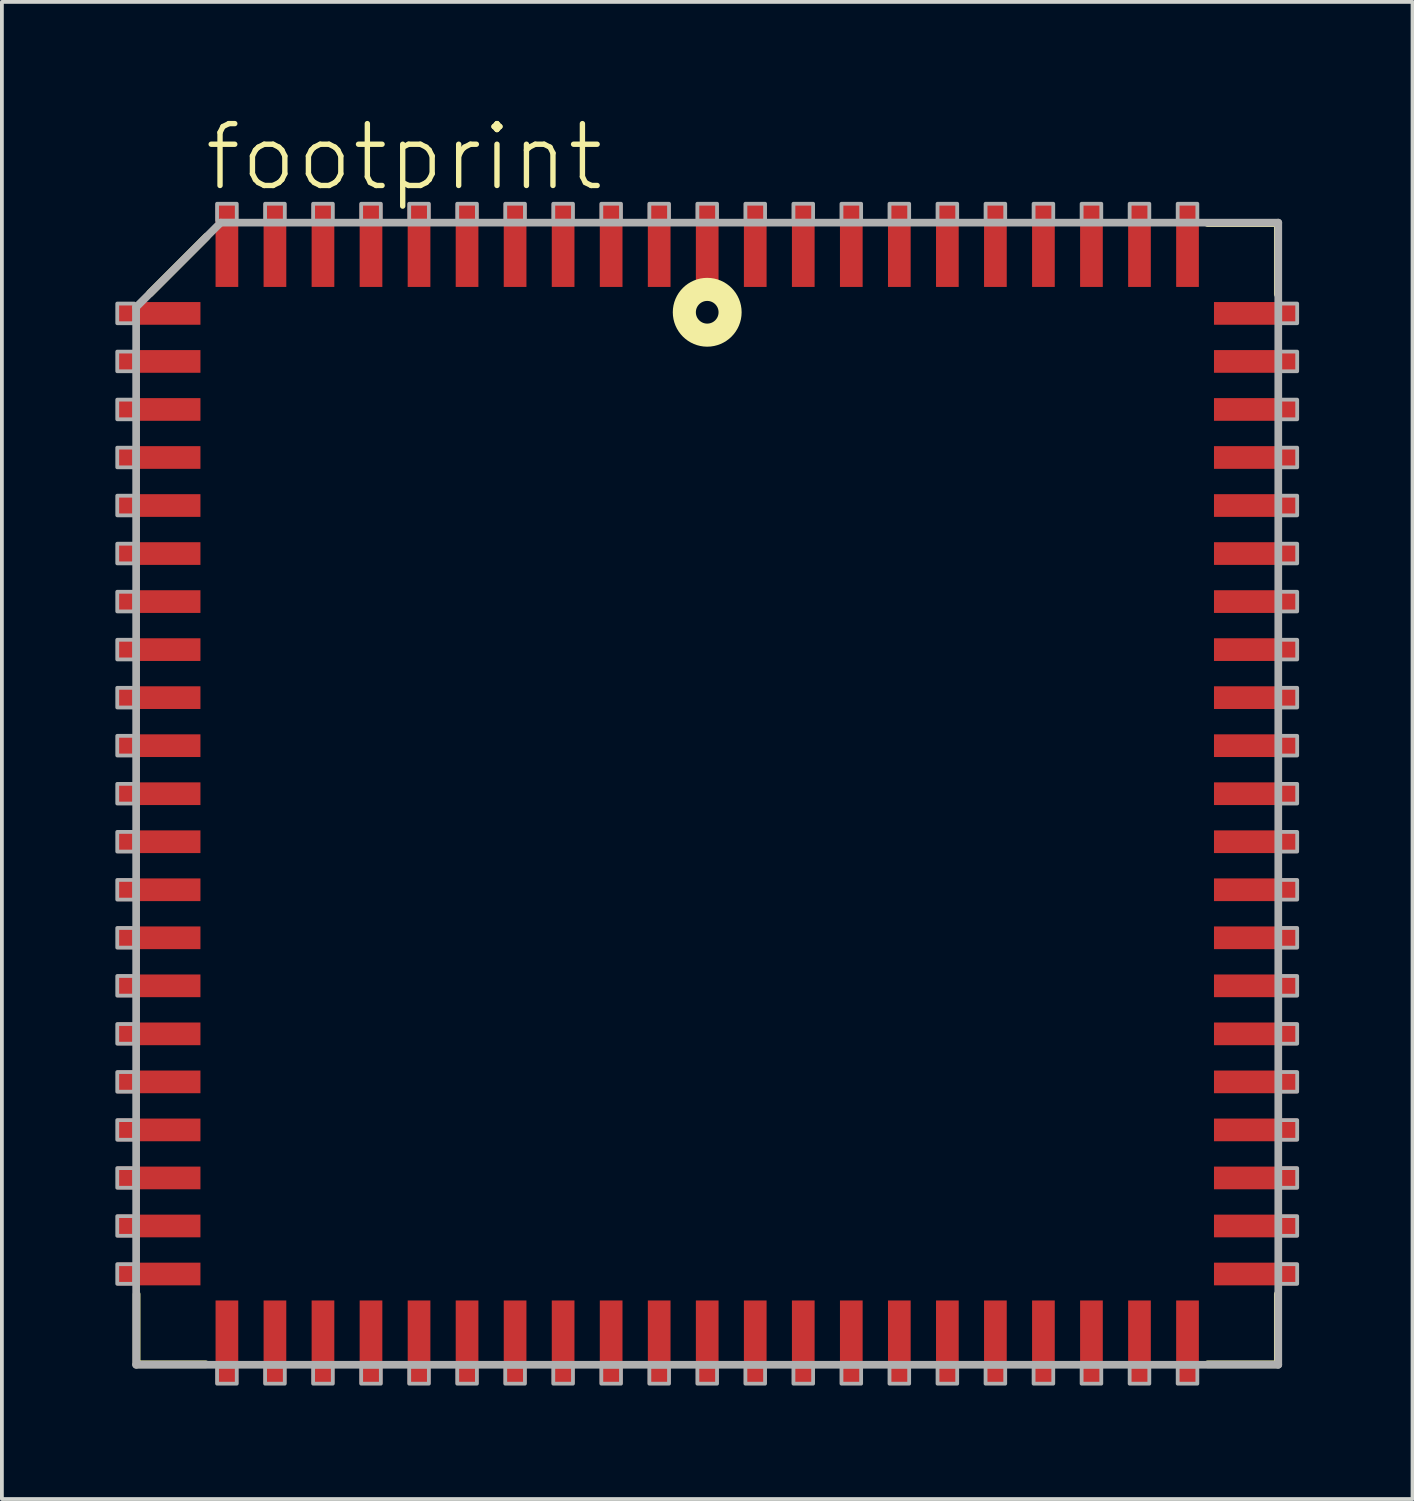
<source format=kicad_pcb>
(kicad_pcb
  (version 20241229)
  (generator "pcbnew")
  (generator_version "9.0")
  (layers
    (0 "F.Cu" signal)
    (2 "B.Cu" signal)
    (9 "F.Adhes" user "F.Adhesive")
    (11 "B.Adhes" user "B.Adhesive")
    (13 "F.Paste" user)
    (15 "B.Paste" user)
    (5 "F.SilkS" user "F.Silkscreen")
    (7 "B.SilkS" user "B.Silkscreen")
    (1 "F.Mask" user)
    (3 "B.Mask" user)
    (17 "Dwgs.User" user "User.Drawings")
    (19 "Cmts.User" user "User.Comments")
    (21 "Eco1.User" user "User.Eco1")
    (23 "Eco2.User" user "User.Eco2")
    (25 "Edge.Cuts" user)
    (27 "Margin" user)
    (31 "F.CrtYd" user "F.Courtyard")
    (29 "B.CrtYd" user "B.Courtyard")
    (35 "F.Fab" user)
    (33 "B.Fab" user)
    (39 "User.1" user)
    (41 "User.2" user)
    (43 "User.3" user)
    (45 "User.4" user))
  (footprint "footprint"
    (layer "F.Cu")
    (at 15.65 17.937)
    (property "Reference" "footprint" (at -13.365 -15.875 0) (layer "F.SilkS") (effects (font (size 1.636 1.636) (thickness 0.142)) (justify left bottom)))
    (fp_line (start -15.088 13.233) (end -15.088 15.088) (stroke (width 0.203) (type solid)) (layer "F.SilkS"))
    (fp_line (start -15.088 15.088) (end -13.259 15.088) (stroke (width 0.203) (type solid)) (layer "F.SilkS"))
    (fp_line (start -14.732 -13.233) (end -13.233 -14.732) (stroke (width 0.203) (type solid)) (layer "F.SilkS"))
    (fp_line (start 15.088 -15.088) (end 13.233 -15.088) (stroke (width 0.203) (type solid)) (layer "F.SilkS"))
    (fp_line (start 15.088 -13.208) (end 15.088 -15.088) (stroke (width 0.203) (type solid)) (layer "F.SilkS"))
    (fp_line (start 15.088 13.233) (end 15.088 15.088) (stroke (width 0.203) (type solid)) (layer "F.SilkS"))
    (fp_line (start 15.088 15.088) (end 13.233 15.088) (stroke (width 0.203) (type solid)) (layer "F.SilkS"))
    (fp_circle (center 0 -12.73) (end 0.3 -12.73) (stroke (width 0.61) (type solid)) (fill no) (layer "F.SilkS"))
    (fp_line (start -15.1 -12.865) (end -15.1 15.1) (stroke (width 0.203) (type solid)) (layer "F.Fab"))
    (fp_line (start -15.1 15.1) (end 15.1 15.1) (stroke (width 0.203) (type solid)) (layer "F.Fab"))
    (fp_line (start -12.865 -15.1) (end -15.1 -12.865) (stroke (width 0.203) (type solid)) (layer "F.Fab"))
    (fp_line (start 15.1 -15.1) (end -12.865 -15.1) (stroke (width 0.203) (type solid)) (layer "F.Fab"))
    (fp_line (start 15.1 15.1) (end 15.1 -15.1) (stroke (width 0.203) (type solid)) (layer "F.Fab"))
    (fp_poly (pts (xy -15.6 -12.44) (xy -15.15 -12.44) (xy -15.15 -12.96) (xy -15.6 -12.96)) (stroke (width 0.1) (type solid)) (fill no) (layer "F.Fab"))
    (fp_poly (pts (xy -15.6 -11.17) (xy -15.15 -11.17) (xy -15.15 -11.69) (xy -15.6 -11.69)) (stroke (width 0.1) (type solid)) (fill no) (layer "F.Fab"))
    (fp_poly (pts (xy -15.6 -9.9) (xy -15.15 -9.9) (xy -15.15 -10.42) (xy -15.6 -10.42)) (stroke (width 0.1) (type solid)) (fill no) (layer "F.Fab"))
    (fp_poly (pts (xy -15.6 -8.63) (xy -15.15 -8.63) (xy -15.15 -9.15) (xy -15.6 -9.15)) (stroke (width 0.1) (type solid)) (fill no) (layer "F.Fab"))
    (fp_poly (pts (xy -15.6 -7.36) (xy -15.15 -7.36) (xy -15.15 -7.88) (xy -15.6 -7.88)) (stroke (width 0.1) (type solid)) (fill no) (layer "F.Fab"))
    (fp_poly (pts (xy -15.6 -6.09) (xy -15.15 -6.09) (xy -15.15 -6.61) (xy -15.6 -6.61)) (stroke (width 0.1) (type solid)) (fill no) (layer "F.Fab"))
    (fp_poly (pts (xy -15.6 -4.82) (xy -15.15 -4.82) (xy -15.15 -5.34) (xy -15.6 -5.34)) (stroke (width 0.1) (type solid)) (fill no) (layer "F.Fab"))
    (fp_poly (pts (xy -15.6 -3.55) (xy -15.15 -3.55) (xy -15.15 -4.07) (xy -15.6 -4.07)) (stroke (width 0.1) (type solid)) (fill no) (layer "F.Fab"))
    (fp_poly (pts (xy -15.6 -2.28) (xy -15.15 -2.28) (xy -15.15 -2.8) (xy -15.6 -2.8)) (stroke (width 0.1) (type solid)) (fill no) (layer "F.Fab"))
    (fp_poly (pts (xy -15.6 -1.01) (xy -15.15 -1.01) (xy -15.15 -1.53) (xy -15.6 -1.53)) (stroke (width 0.1) (type solid)) (fill no) (layer "F.Fab"))
    (fp_poly (pts (xy -15.6 0.26) (xy -15.15 0.26) (xy -15.15 -0.26) (xy -15.6 -0.26)) (stroke (width 0.1) (type solid)) (fill no) (layer "F.Fab"))
    (fp_poly (pts (xy -15.6 1.53) (xy -15.15 1.53) (xy -15.15 1.01) (xy -15.6 1.01)) (stroke (width 0.1) (type solid)) (fill no) (layer "F.Fab"))
    (fp_poly (pts (xy -15.6 2.8) (xy -15.15 2.8) (xy -15.15 2.28) (xy -15.6 2.28)) (stroke (width 0.1) (type solid)) (fill no) (layer "F.Fab"))
    (fp_poly (pts (xy -15.6 4.07) (xy -15.15 4.07) (xy -15.15 3.55) (xy -15.6 3.55)) (stroke (width 0.1) (type solid)) (fill no) (layer "F.Fab"))
    (fp_poly (pts (xy -15.6 5.34) (xy -15.15 5.34) (xy -15.15 4.82) (xy -15.6 4.82)) (stroke (width 0.1) (type solid)) (fill no) (layer "F.Fab"))
    (fp_poly (pts (xy -15.6 6.61) (xy -15.15 6.61) (xy -15.15 6.09) (xy -15.6 6.09)) (stroke (width 0.1) (type solid)) (fill no) (layer "F.Fab"))
    (fp_poly (pts (xy -15.6 7.88) (xy -15.15 7.88) (xy -15.15 7.36) (xy -15.6 7.36)) (stroke (width 0.1) (type solid)) (fill no) (layer "F.Fab"))
    (fp_poly (pts (xy -15.6 9.15) (xy -15.15 9.15) (xy -15.15 8.63) (xy -15.6 8.63)) (stroke (width 0.1) (type solid)) (fill no) (layer "F.Fab"))
    (fp_poly (pts (xy -15.6 10.42) (xy -15.15 10.42) (xy -15.15 9.9) (xy -15.6 9.9)) (stroke (width 0.1) (type solid)) (fill no) (layer "F.Fab"))
    (fp_poly (pts (xy -15.6 11.69) (xy -15.15 11.69) (xy -15.15 11.17) (xy -15.6 11.17)) (stroke (width 0.1) (type solid)) (fill no) (layer "F.Fab"))
    (fp_poly (pts (xy -15.6 12.96) (xy -15.15 12.96) (xy -15.15 12.44) (xy -15.6 12.44)) (stroke (width 0.1) (type solid)) (fill no) (layer "F.Fab"))
    (fp_poly (pts (xy -12.96 -15.15) (xy -12.44 -15.15) (xy -12.44 -15.6) (xy -12.96 -15.6)) (stroke (width 0.1) (type solid)) (fill no) (layer "F.Fab"))
    (fp_poly (pts (xy -12.96 15.6) (xy -12.44 15.6) (xy -12.44 15.15) (xy -12.96 15.15)) (stroke (width 0.1) (type solid)) (fill no) (layer "F.Fab"))
    (fp_poly (pts (xy -11.69 -15.15) (xy -11.17 -15.15) (xy -11.17 -15.6) (xy -11.69 -15.6)) (stroke (width 0.1) (type solid)) (fill no) (layer "F.Fab"))
    (fp_poly (pts (xy -11.69 15.6) (xy -11.17 15.6) (xy -11.17 15.15) (xy -11.69 15.15)) (stroke (width 0.1) (type solid)) (fill no) (layer "F.Fab"))
    (fp_poly (pts (xy -10.42 -15.15) (xy -9.9 -15.15) (xy -9.9 -15.6) (xy -10.42 -15.6)) (stroke (width 0.1) (type solid)) (fill no) (layer "F.Fab"))
    (fp_poly (pts (xy -10.42 15.6) (xy -9.9 15.6) (xy -9.9 15.15) (xy -10.42 15.15)) (stroke (width 0.1) (type solid)) (fill no) (layer "F.Fab"))
    (fp_poly (pts (xy -9.15 -15.15) (xy -8.63 -15.15) (xy -8.63 -15.6) (xy -9.15 -15.6)) (stroke (width 0.1) (type solid)) (fill no) (layer "F.Fab"))
    (fp_poly (pts (xy -9.15 15.6) (xy -8.63 15.6) (xy -8.63 15.15) (xy -9.15 15.15)) (stroke (width 0.1) (type solid)) (fill no) (layer "F.Fab"))
    (fp_poly (pts (xy -7.88 -15.15) (xy -7.36 -15.15) (xy -7.36 -15.6) (xy -7.88 -15.6)) (stroke (width 0.1) (type solid)) (fill no) (layer "F.Fab"))
    (fp_poly (pts (xy -7.88 15.6) (xy -7.36 15.6) (xy -7.36 15.15) (xy -7.88 15.15)) (stroke (width 0.1) (type solid)) (fill no) (layer "F.Fab"))
    (fp_poly (pts (xy -6.61 -15.15) (xy -6.09 -15.15) (xy -6.09 -15.6) (xy -6.61 -15.6)) (stroke (width 0.1) (type solid)) (fill no) (layer "F.Fab"))
    (fp_poly (pts (xy -6.61 15.6) (xy -6.09 15.6) (xy -6.09 15.15) (xy -6.61 15.15)) (stroke (width 0.1) (type solid)) (fill no) (layer "F.Fab"))
    (fp_poly (pts (xy -5.34 -15.15) (xy -4.82 -15.15) (xy -4.82 -15.6) (xy -5.34 -15.6)) (stroke (width 0.1) (type solid)) (fill no) (layer "F.Fab"))
    (fp_poly (pts (xy -5.34 15.6) (xy -4.82 15.6) (xy -4.82 15.15) (xy -5.34 15.15)) (stroke (width 0.1) (type solid)) (fill no) (layer "F.Fab"))
    (fp_poly (pts (xy -4.07 -15.15) (xy -3.55 -15.15) (xy -3.55 -15.6) (xy -4.07 -15.6)) (stroke (width 0.1) (type solid)) (fill no) (layer "F.Fab"))
    (fp_poly (pts (xy -4.07 15.6) (xy -3.55 15.6) (xy -3.55 15.15) (xy -4.07 15.15)) (stroke (width 0.1) (type solid)) (fill no) (layer "F.Fab"))
    (fp_poly (pts (xy -2.8 -15.15) (xy -2.28 -15.15) (xy -2.28 -15.6) (xy -2.8 -15.6)) (stroke (width 0.1) (type solid)) (fill no) (layer "F.Fab"))
    (fp_poly (pts (xy -2.8 15.6) (xy -2.28 15.6) (xy -2.28 15.15) (xy -2.8 15.15)) (stroke (width 0.1) (type solid)) (fill no) (layer "F.Fab"))
    (fp_poly (pts (xy -1.53 -15.15) (xy -1.01 -15.15) (xy -1.01 -15.6) (xy -1.53 -15.6)) (stroke (width 0.1) (type solid)) (fill no) (layer "F.Fab"))
    (fp_poly (pts (xy -1.53 15.6) (xy -1.01 15.6) (xy -1.01 15.15) (xy -1.53 15.15)) (stroke (width 0.1) (type solid)) (fill no) (layer "F.Fab"))
    (fp_poly (pts (xy -0.26 -15.15) (xy 0.26 -15.15) (xy 0.26 -15.6) (xy -0.26 -15.6)) (stroke (width 0.1) (type solid)) (fill no) (layer "F.Fab"))
    (fp_poly (pts (xy -0.26 15.6) (xy 0.26 15.6) (xy 0.26 15.15) (xy -0.26 15.15)) (stroke (width 0.1) (type solid)) (fill no) (layer "F.Fab"))
    (fp_poly (pts (xy 1.01 -15.15) (xy 1.53 -15.15) (xy 1.53 -15.6) (xy 1.01 -15.6)) (stroke (width 0.1) (type solid)) (fill no) (layer "F.Fab"))
    (fp_poly (pts (xy 1.01 15.6) (xy 1.53 15.6) (xy 1.53 15.15) (xy 1.01 15.15)) (stroke (width 0.1) (type solid)) (fill no) (layer "F.Fab"))
    (fp_poly (pts (xy 2.28 -15.15) (xy 2.8 -15.15) (xy 2.8 -15.6) (xy 2.28 -15.6)) (stroke (width 0.1) (type solid)) (fill no) (layer "F.Fab"))
    (fp_poly (pts (xy 2.28 15.6) (xy 2.8 15.6) (xy 2.8 15.15) (xy 2.28 15.15)) (stroke (width 0.1) (type solid)) (fill no) (layer "F.Fab"))
    (fp_poly (pts (xy 3.55 -15.15) (xy 4.07 -15.15) (xy 4.07 -15.6) (xy 3.55 -15.6)) (stroke (width 0.1) (type solid)) (fill no) (layer "F.Fab"))
    (fp_poly (pts (xy 3.55 15.6) (xy 4.07 15.6) (xy 4.07 15.15) (xy 3.55 15.15)) (stroke (width 0.1) (type solid)) (fill no) (layer "F.Fab"))
    (fp_poly (pts (xy 4.82 -15.15) (xy 5.34 -15.15) (xy 5.34 -15.6) (xy 4.82 -15.6)) (stroke (width 0.1) (type solid)) (fill no) (layer "F.Fab"))
    (fp_poly (pts (xy 4.82 15.6) (xy 5.34 15.6) (xy 5.34 15.15) (xy 4.82 15.15)) (stroke (width 0.1) (type solid)) (fill no) (layer "F.Fab"))
    (fp_poly (pts (xy 6.09 -15.15) (xy 6.61 -15.15) (xy 6.61 -15.6) (xy 6.09 -15.6)) (stroke (width 0.1) (type solid)) (fill no) (layer "F.Fab"))
    (fp_poly (pts (xy 6.09 15.6) (xy 6.61 15.6) (xy 6.61 15.15) (xy 6.09 15.15)) (stroke (width 0.1) (type solid)) (fill no) (layer "F.Fab"))
    (fp_poly (pts (xy 7.36 -15.15) (xy 7.88 -15.15) (xy 7.88 -15.6) (xy 7.36 -15.6)) (stroke (width 0.1) (type solid)) (fill no) (layer "F.Fab"))
    (fp_poly (pts (xy 7.36 15.6) (xy 7.88 15.6) (xy 7.88 15.15) (xy 7.36 15.15)) (stroke (width 0.1) (type solid)) (fill no) (layer "F.Fab"))
    (fp_poly (pts (xy 8.63 -15.15) (xy 9.15 -15.15) (xy 9.15 -15.6) (xy 8.63 -15.6)) (stroke (width 0.1) (type solid)) (fill no) (layer "F.Fab"))
    (fp_poly (pts (xy 8.63 15.6) (xy 9.15 15.6) (xy 9.15 15.15) (xy 8.63 15.15)) (stroke (width 0.1) (type solid)) (fill no) (layer "F.Fab"))
    (fp_poly (pts (xy 9.9 -15.15) (xy 10.42 -15.15) (xy 10.42 -15.6) (xy 9.9 -15.6)) (stroke (width 0.1) (type solid)) (fill no) (layer "F.Fab"))
    (fp_poly (pts (xy 9.9 15.6) (xy 10.42 15.6) (xy 10.42 15.15) (xy 9.9 15.15)) (stroke (width 0.1) (type solid)) (fill no) (layer "F.Fab"))
    (fp_poly (pts (xy 11.17 -15.15) (xy 11.69 -15.15) (xy 11.69 -15.6) (xy 11.17 -15.6)) (stroke (width 0.1) (type solid)) (fill no) (layer "F.Fab"))
    (fp_poly (pts (xy 11.17 15.6) (xy 11.69 15.6) (xy 11.69 15.15) (xy 11.17 15.15)) (stroke (width 0.1) (type solid)) (fill no) (layer "F.Fab"))
    (fp_poly (pts (xy 12.44 -15.15) (xy 12.96 -15.15) (xy 12.96 -15.6) (xy 12.44 -15.6)) (stroke (width 0.1) (type solid)) (fill no) (layer "F.Fab"))
    (fp_poly (pts (xy 12.44 15.6) (xy 12.96 15.6) (xy 12.96 15.15) (xy 12.44 15.15)) (stroke (width 0.1) (type solid)) (fill no) (layer "F.Fab"))
    (fp_poly (pts (xy 15.15 -12.44) (xy 15.6 -12.44) (xy 15.6 -12.96) (xy 15.15 -12.96)) (stroke (width 0.1) (type solid)) (fill no) (layer "F.Fab"))
    (fp_poly (pts (xy 15.15 -11.17) (xy 15.6 -11.17) (xy 15.6 -11.69) (xy 15.15 -11.69)) (stroke (width 0.1) (type solid)) (fill no) (layer "F.Fab"))
    (fp_poly (pts (xy 15.15 -9.9) (xy 15.6 -9.9) (xy 15.6 -10.42) (xy 15.15 -10.42)) (stroke (width 0.1) (type solid)) (fill no) (layer "F.Fab"))
    (fp_poly (pts (xy 15.15 -8.63) (xy 15.6 -8.63) (xy 15.6 -9.15) (xy 15.15 -9.15)) (stroke (width 0.1) (type solid)) (fill no) (layer "F.Fab"))
    (fp_poly (pts (xy 15.15 -7.36) (xy 15.6 -7.36) (xy 15.6 -7.88) (xy 15.15 -7.88)) (stroke (width 0.1) (type solid)) (fill no) (layer "F.Fab"))
    (fp_poly (pts (xy 15.15 -6.09) (xy 15.6 -6.09) (xy 15.6 -6.61) (xy 15.15 -6.61)) (stroke (width 0.1) (type solid)) (fill no) (layer "F.Fab"))
    (fp_poly (pts (xy 15.15 -4.82) (xy 15.6 -4.82) (xy 15.6 -5.34) (xy 15.15 -5.34)) (stroke (width 0.1) (type solid)) (fill no) (layer "F.Fab"))
    (fp_poly (pts (xy 15.15 -3.55) (xy 15.6 -3.55) (xy 15.6 -4.07) (xy 15.15 -4.07)) (stroke (width 0.1) (type solid)) (fill no) (layer "F.Fab"))
    (fp_poly (pts (xy 15.15 -2.28) (xy 15.6 -2.28) (xy 15.6 -2.8) (xy 15.15 -2.8)) (stroke (width 0.1) (type solid)) (fill no) (layer "F.Fab"))
    (fp_poly (pts (xy 15.15 -1.01) (xy 15.6 -1.01) (xy 15.6 -1.53) (xy 15.15 -1.53)) (stroke (width 0.1) (type solid)) (fill no) (layer "F.Fab"))
    (fp_poly (pts (xy 15.15 0.26) (xy 15.6 0.26) (xy 15.6 -0.26) (xy 15.15 -0.26)) (stroke (width 0.1) (type solid)) (fill no) (layer "F.Fab"))
    (fp_poly (pts (xy 15.15 1.53) (xy 15.6 1.53) (xy 15.6 1.01) (xy 15.15 1.01)) (stroke (width 0.1) (type solid)) (fill no) (layer "F.Fab"))
    (fp_poly (pts (xy 15.15 2.8) (xy 15.6 2.8) (xy 15.6 2.28) (xy 15.15 2.28)) (stroke (width 0.1) (type solid)) (fill no) (layer "F.Fab"))
    (fp_poly (pts (xy 15.15 4.07) (xy 15.6 4.07) (xy 15.6 3.55) (xy 15.15 3.55)) (stroke (width 0.1) (type solid)) (fill no) (layer "F.Fab"))
    (fp_poly (pts (xy 15.15 5.34) (xy 15.6 5.34) (xy 15.6 4.82) (xy 15.15 4.82)) (stroke (width 0.1) (type solid)) (fill no) (layer "F.Fab"))
    (fp_poly (pts (xy 15.15 6.61) (xy 15.6 6.61) (xy 15.6 6.09) (xy 15.15 6.09)) (stroke (width 0.1) (type solid)) (fill no) (layer "F.Fab"))
    (fp_poly (pts (xy 15.15 7.88) (xy 15.6 7.88) (xy 15.6 7.36) (xy 15.15 7.36)) (stroke (width 0.1) (type solid)) (fill no) (layer "F.Fab"))
    (fp_poly (pts (xy 15.15 9.15) (xy 15.6 9.15) (xy 15.6 8.63) (xy 15.15 8.63)) (stroke (width 0.1) (type solid)) (fill no) (layer "F.Fab"))
    (fp_poly (pts (xy 15.15 10.42) (xy 15.6 10.42) (xy 15.6 9.9) (xy 15.15 9.9)) (stroke (width 0.1) (type solid)) (fill no) (layer "F.Fab"))
    (fp_poly (pts (xy 15.15 11.69) (xy 15.6 11.69) (xy 15.6 11.17) (xy 15.15 11.17)) (stroke (width 0.1) (type solid)) (fill no) (layer "F.Fab"))
    (fp_poly (pts (xy 15.15 12.96) (xy 15.6 12.96) (xy 15.6 12.44) (xy 15.15 12.44)) (stroke (width 0.1) (type solid)) (fill no) (layer "F.Fab"))
    (pad "1" smd rect (at 0 -14.5) (size 0.6 2.2) (layers "F.Cu" "F.Mask" "F.Paste"))
    (pad "2" smd rect (at -1.27 -14.5) (size 0.6 2.2) (layers "F.Cu" "F.Mask" "F.Paste"))
    (pad "3" smd rect (at -2.54 -14.5) (size 0.6 2.2) (layers "F.Cu" "F.Mask" "F.Paste"))
    (pad "4" smd rect (at -3.81 -14.5) (size 0.6 2.2) (layers "F.Cu" "F.Mask" "F.Paste"))
    (pad "5" smd rect (at -5.08 -14.5) (size 0.6 2.2) (layers "F.Cu" "F.Mask" "F.Paste"))
    (pad "6" smd rect (at -6.35 -14.5) (size 0.6 2.2) (layers "F.Cu" "F.Mask" "F.Paste"))
    (pad "7" smd rect (at -7.62 -14.5) (size 0.6 2.2) (layers "F.Cu" "F.Mask" "F.Paste"))
    (pad "8" smd rect (at -8.89 -14.5) (size 0.6 2.2) (layers "F.Cu" "F.Mask" "F.Paste"))
    (pad "9" smd rect (at -10.16 -14.5) (size 0.6 2.2) (layers "F.Cu" "F.Mask" "F.Paste"))
    (pad "10" smd rect (at -11.43 -14.5) (size 0.6 2.2) (layers "F.Cu" "F.Mask" "F.Paste"))
    (pad "11" smd rect (at -12.7 -14.5) (size 0.6 2.2) (layers "F.Cu" "F.Mask" "F.Paste"))
    (pad "12" smd rect (at -14.5 -12.7) (size 2.2 0.6) (layers "F.Cu" "F.Mask" "F.Paste"))
    (pad "13" smd rect (at -14.5 -11.43) (size 2.2 0.6) (layers "F.Cu" "F.Mask" "F.Paste"))
    (pad "14" smd rect (at -14.5 -10.16) (size 2.2 0.6) (layers "F.Cu" "F.Mask" "F.Paste"))
    (pad "15" smd rect (at -14.5 -8.89) (size 2.2 0.6) (layers "F.Cu" "F.Mask" "F.Paste"))
    (pad "16" smd rect (at -14.5 -7.62) (size 2.2 0.6) (layers "F.Cu" "F.Mask" "F.Paste"))
    (pad "17" smd rect (at -14.5 -6.35) (size 2.2 0.6) (layers "F.Cu" "F.Mask" "F.Paste"))
    (pad "18" smd rect (at -14.5 -5.08) (size 2.2 0.6) (layers "F.Cu" "F.Mask" "F.Paste"))
    (pad "19" smd rect (at -14.5 -3.81) (size 2.2 0.6) (layers "F.Cu" "F.Mask" "F.Paste"))
    (pad "20" smd rect (at -14.5 -2.54) (size 2.2 0.6) (layers "F.Cu" "F.Mask" "F.Paste"))
    (pad "21" smd rect (at -14.5 -1.27) (size 2.2 0.6) (layers "F.Cu" "F.Mask" "F.Paste"))
    (pad "22" smd rect (at -14.5 0) (size 2.2 0.6) (layers "F.Cu" "F.Mask" "F.Paste"))
    (pad "23" smd rect (at -14.5 1.27) (size 2.2 0.6) (layers "F.Cu" "F.Mask" "F.Paste"))
    (pad "24" smd rect (at -14.5 2.54) (size 2.2 0.6) (layers "F.Cu" "F.Mask" "F.Paste"))
    (pad "25" smd rect (at -14.5 3.81) (size 2.2 0.6) (layers "F.Cu" "F.Mask" "F.Paste"))
    (pad "26" smd rect (at -14.5 5.08) (size 2.2 0.6) (layers "F.Cu" "F.Mask" "F.Paste"))
    (pad "27" smd rect (at -14.5 6.35) (size 2.2 0.6) (layers "F.Cu" "F.Mask" "F.Paste"))
    (pad "28" smd rect (at -14.5 7.62) (size 2.2 0.6) (layers "F.Cu" "F.Mask" "F.Paste"))
    (pad "29" smd rect (at -14.5 8.89) (size 2.2 0.6) (layers "F.Cu" "F.Mask" "F.Paste"))
    (pad "30" smd rect (at -14.5 10.16) (size 2.2 0.6) (layers "F.Cu" "F.Mask" "F.Paste"))
    (pad "31" smd rect (at -14.5 11.43) (size 2.2 0.6) (layers "F.Cu" "F.Mask" "F.Paste"))
    (pad "32" smd rect (at -14.5 12.7) (size 2.2 0.6) (layers "F.Cu" "F.Mask" "F.Paste"))
    (pad "33" smd rect (at -12.7 14.5) (size 0.6 2.2) (layers "F.Cu" "F.Mask" "F.Paste"))
    (pad "34" smd rect (at -11.43 14.5) (size 0.6 2.2) (layers "F.Cu" "F.Mask" "F.Paste"))
    (pad "35" smd rect (at -10.16 14.5) (size 0.6 2.2) (layers "F.Cu" "F.Mask" "F.Paste"))
    (pad "36" smd rect (at -8.89 14.5) (size 0.6 2.2) (layers "F.Cu" "F.Mask" "F.Paste"))
    (pad "37" smd rect (at -7.62 14.5) (size 0.6 2.2) (layers "F.Cu" "F.Mask" "F.Paste"))
    (pad "38" smd rect (at -6.35 14.5) (size 0.6 2.2) (layers "F.Cu" "F.Mask" "F.Paste"))
    (pad "39" smd rect (at -5.08 14.5) (size 0.6 2.2) (layers "F.Cu" "F.Mask" "F.Paste"))
    (pad "40" smd rect (at -3.81 14.5) (size 0.6 2.2) (layers "F.Cu" "F.Mask" "F.Paste"))
    (pad "41" smd rect (at -2.54 14.5) (size 0.6 2.2) (layers "F.Cu" "F.Mask" "F.Paste"))
    (pad "42" smd rect (at -1.27 14.5) (size 0.6 2.2) (layers "F.Cu" "F.Mask" "F.Paste"))
    (pad "43" smd rect (at 0 14.5) (size 0.6 2.2) (layers "F.Cu" "F.Mask" "F.Paste"))
    (pad "44" smd rect (at 1.27 14.5) (size 0.6 2.2) (layers "F.Cu" "F.Mask" "F.Paste"))
    (pad "45" smd rect (at 2.54 14.5) (size 0.6 2.2) (layers "F.Cu" "F.Mask" "F.Paste"))
    (pad "46" smd rect (at 3.81 14.5) (size 0.6 2.2) (layers "F.Cu" "F.Mask" "F.Paste"))
    (pad "47" smd rect (at 5.08 14.5) (size 0.6 2.2) (layers "F.Cu" "F.Mask" "F.Paste"))
    (pad "48" smd rect (at 6.35 14.5) (size 0.6 2.2) (layers "F.Cu" "F.Mask" "F.Paste"))
    (pad "49" smd rect (at 7.62 14.5) (size 0.6 2.2) (layers "F.Cu" "F.Mask" "F.Paste"))
    (pad "50" smd rect (at 8.89 14.5) (size 0.6 2.2) (layers "F.Cu" "F.Mask" "F.Paste"))
    (pad "51" smd rect (at 10.16 14.5) (size 0.6 2.2) (layers "F.Cu" "F.Mask" "F.Paste"))
    (pad "52" smd rect (at 11.43 14.5) (size 0.6 2.2) (layers "F.Cu" "F.Mask" "F.Paste"))
    (pad "53" smd rect (at 12.7 14.5) (size 0.6 2.2) (layers "F.Cu" "F.Mask" "F.Paste"))
    (pad "54" smd rect (at 14.5 12.7) (size 2.2 0.6) (layers "F.Cu" "F.Mask" "F.Paste"))
    (pad "55" smd rect (at 14.5 11.43) (size 2.2 0.6) (layers "F.Cu" "F.Mask" "F.Paste"))
    (pad "56" smd rect (at 14.5 10.16) (size 2.2 0.6) (layers "F.Cu" "F.Mask" "F.Paste"))
    (pad "57" smd rect (at 14.5 8.89) (size 2.2 0.6) (layers "F.Cu" "F.Mask" "F.Paste"))
    (pad "58" smd rect (at 14.5 7.62) (size 2.2 0.6) (layers "F.Cu" "F.Mask" "F.Paste"))
    (pad "59" smd rect (at 14.5 6.35) (size 2.2 0.6) (layers "F.Cu" "F.Mask" "F.Paste"))
    (pad "60" smd rect (at 14.5 5.08) (size 2.2 0.6) (layers "F.Cu" "F.Mask" "F.Paste"))
    (pad "61" smd rect (at 14.5 3.81) (size 2.2 0.6) (layers "F.Cu" "F.Mask" "F.Paste"))
    (pad "62" smd rect (at 14.5 2.54) (size 2.2 0.6) (layers "F.Cu" "F.Mask" "F.Paste"))
    (pad "63" smd rect (at 14.5 1.27) (size 2.2 0.6) (layers "F.Cu" "F.Mask" "F.Paste"))
    (pad "64" smd rect (at 14.5 0) (size 2.2 0.6) (layers "F.Cu" "F.Mask" "F.Paste"))
    (pad "65" smd rect (at 14.5 -1.27) (size 2.2 0.6) (layers "F.Cu" "F.Mask" "F.Paste"))
    (pad "66" smd rect (at 14.5 -2.54) (size 2.2 0.6) (layers "F.Cu" "F.Mask" "F.Paste"))
    (pad "67" smd rect (at 14.5 -3.81) (size 2.2 0.6) (layers "F.Cu" "F.Mask" "F.Paste"))
    (pad "68" smd rect (at 14.5 -5.08) (size 2.2 0.6) (layers "F.Cu" "F.Mask" "F.Paste"))
    (pad "69" smd rect (at 14.5 -6.35) (size 2.2 0.6) (layers "F.Cu" "F.Mask" "F.Paste"))
    (pad "70" smd rect (at 14.5 -7.62) (size 2.2 0.6) (layers "F.Cu" "F.Mask" "F.Paste"))
    (pad "71" smd rect (at 14.5 -8.89) (size 2.2 0.6) (layers "F.Cu" "F.Mask" "F.Paste"))
    (pad "72" smd rect (at 14.5 -10.16) (size 2.2 0.6) (layers "F.Cu" "F.Mask" "F.Paste"))
    (pad "73" smd rect (at 14.5 -11.43) (size 2.2 0.6) (layers "F.Cu" "F.Mask" "F.Paste"))
    (pad "74" smd rect (at 14.5 -12.7) (size 2.2 0.6) (layers "F.Cu" "F.Mask" "F.Paste"))
    (pad "75" smd rect (at 12.7 -14.5) (size 0.6 2.2) (layers "F.Cu" "F.Mask" "F.Paste"))
    (pad "76" smd rect (at 11.43 -14.5) (size 0.6 2.2) (layers "F.Cu" "F.Mask" "F.Paste"))
    (pad "77" smd rect (at 10.16 -14.5) (size 0.6 2.2) (layers "F.Cu" "F.Mask" "F.Paste"))
    (pad "78" smd rect (at 8.89 -14.5) (size 0.6 2.2) (layers "F.Cu" "F.Mask" "F.Paste"))
    (pad "79" smd rect (at 7.62 -14.5) (size 0.6 2.2) (layers "F.Cu" "F.Mask" "F.Paste"))
    (pad "80" smd rect (at 6.35 -14.5) (size 0.6 2.2) (layers "F.Cu" "F.Mask" "F.Paste"))
    (pad "81" smd rect (at 5.08 -14.5) (size 0.6 2.2) (layers "F.Cu" "F.Mask" "F.Paste"))
    (pad "82" smd rect (at 3.81 -14.5) (size 0.6 2.2) (layers "F.Cu" "F.Mask" "F.Paste"))
    (pad "83" smd rect (at 2.54 -14.5) (size 0.6 2.2) (layers "F.Cu" "F.Mask" "F.Paste"))
    (pad "84" smd rect (at 1.27 -14.5) (size 0.6 2.2) (layers "F.Cu" "F.Mask" "F.Paste")))
  (gr_rect
    (start -3 -3)
    (end 34.3 36.587)
    (stroke (width 0.1) (type default))
    (fill no)
    (layer "Edge.Cuts")))
</source>
